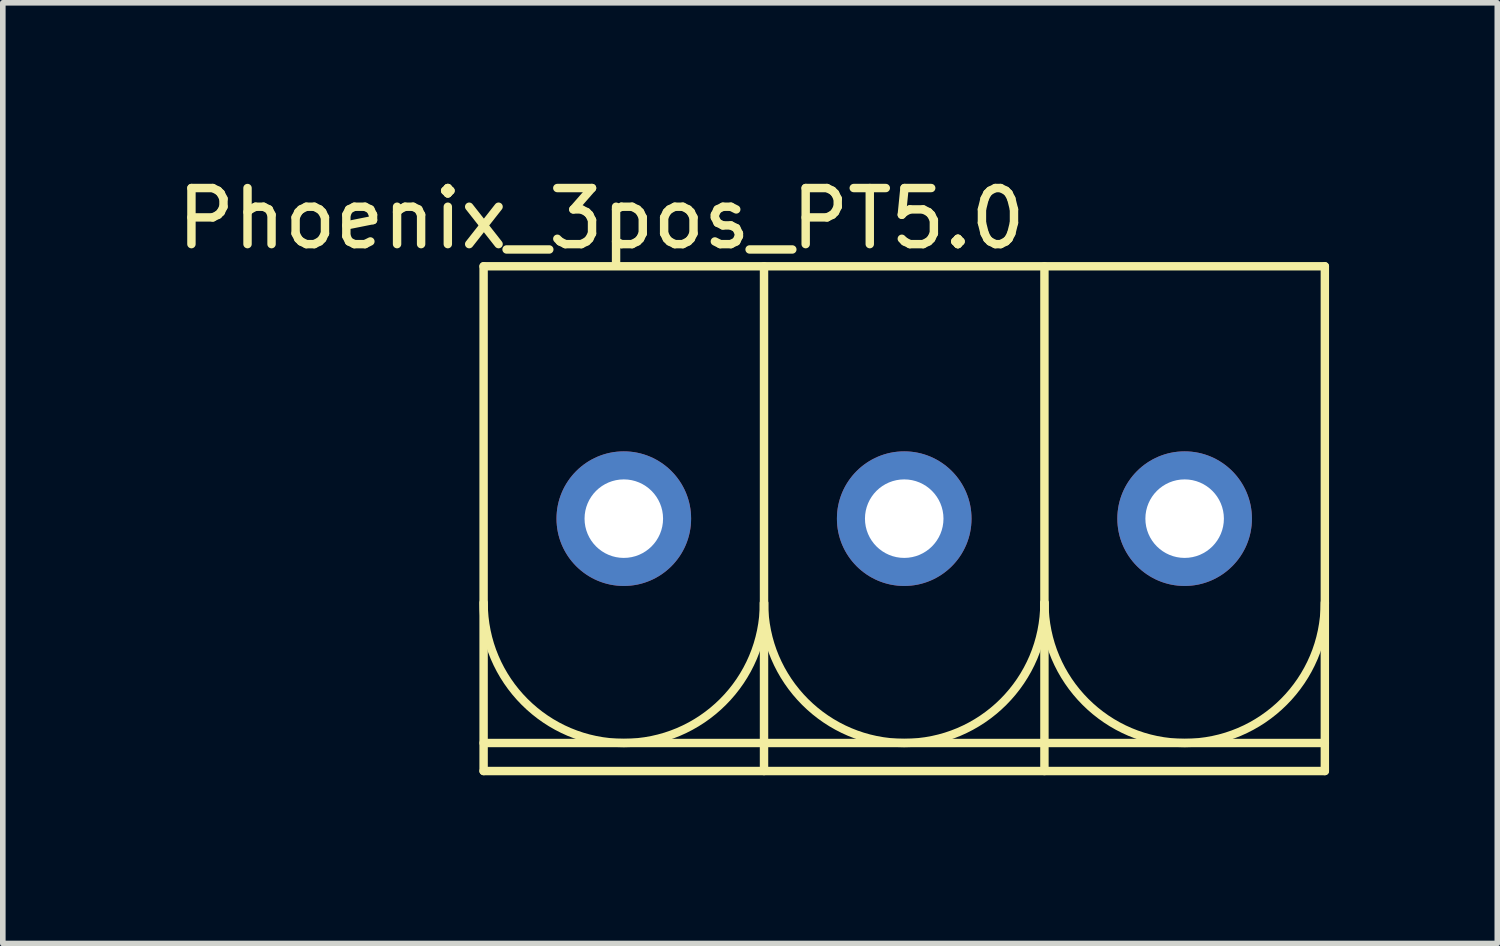
<source format=kicad_pcb>
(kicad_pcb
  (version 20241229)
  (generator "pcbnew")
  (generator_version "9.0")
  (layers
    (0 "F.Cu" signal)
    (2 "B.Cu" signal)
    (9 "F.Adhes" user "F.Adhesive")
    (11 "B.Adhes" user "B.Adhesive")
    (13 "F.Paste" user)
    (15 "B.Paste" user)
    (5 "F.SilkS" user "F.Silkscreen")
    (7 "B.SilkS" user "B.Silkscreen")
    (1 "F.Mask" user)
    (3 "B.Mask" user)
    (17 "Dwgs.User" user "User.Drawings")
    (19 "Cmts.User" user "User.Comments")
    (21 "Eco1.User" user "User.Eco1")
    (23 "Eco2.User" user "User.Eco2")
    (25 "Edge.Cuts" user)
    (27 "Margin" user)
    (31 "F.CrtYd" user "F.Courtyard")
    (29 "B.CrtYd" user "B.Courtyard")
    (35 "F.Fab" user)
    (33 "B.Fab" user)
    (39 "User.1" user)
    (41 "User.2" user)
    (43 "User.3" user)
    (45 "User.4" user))
  (footprint "Phoenix_3pos_PT5.0"
    (layer "F.Cu")
    (at 13.073 6.198)
    (property "Reference" "Phoenix_3pos_PT5.0" (at -5.4 -5.35 0) (layer "F.SilkS") (effects (font (size 1 1) (thickness 0.15))))
    (attr through_hole)
    (fp_line (start -7.5 -4.5) (end -7.5 4.5) (stroke (width 0.15) (type solid)) (layer "F.SilkS"))
    (fp_line (start -7.5 -4.5) (end 7.5 -4.5) (stroke (width 0.15) (type solid)) (layer "F.SilkS"))
    (fp_line (start -7.5 4) (end 7.5 4) (stroke (width 0.15) (type solid)) (layer "F.SilkS"))
    (fp_line (start -2.5 -4.5) (end -2.5 4.5) (stroke (width 0.15) (type solid)) (layer "F.SilkS"))
    (fp_line (start 2.5 -4.5) (end 2.5 4.5) (stroke (width 0.15) (type solid)) (layer "F.SilkS"))
    (fp_line (start 7.5 -4.5) (end 7.5 4.5) (stroke (width 0.15) (type solid)) (layer "F.SilkS"))
    (fp_line (start 7.5 4.5) (end -7.5 4.5) (stroke (width 0.15) (type solid)) (layer "F.SilkS"))
    (fp_arc (start -2.5 1.5) (mid -5 4) (end -7.5 1.5) (stroke (width 0.15) (type solid)) (layer "F.SilkS"))
    (fp_arc (start 2.5 1.5) (mid 0 4) (end -2.5 1.5) (stroke (width 0.15) (type solid)) (layer "F.SilkS"))
    (fp_arc (start 7.5 1.5) (mid 5 4) (end 2.5 1.5) (stroke (width 0.15) (type solid)) (layer "F.SilkS"))
    (pad "1" thru_hole circle (at -5 0) (size 2.4 2.4) (drill 1.4) (layers "*.Cu" "*.Mask"))
    (pad "2" thru_hole circle (at 0 0) (size 2.4 2.4) (drill 1.4) (layers "*.Cu" "*.Mask"))
    (pad "3" thru_hole circle (at 5 0) (size 2.4 2.4) (drill 1.4) (layers "*.Cu" "*.Mask")))
  (gr_rect
    (start -3 -3)
    (end 23.648 13.773)
    (stroke (width 0.1) (type default))
    (fill no)
    (layer "Edge.Cuts")))
</source>
